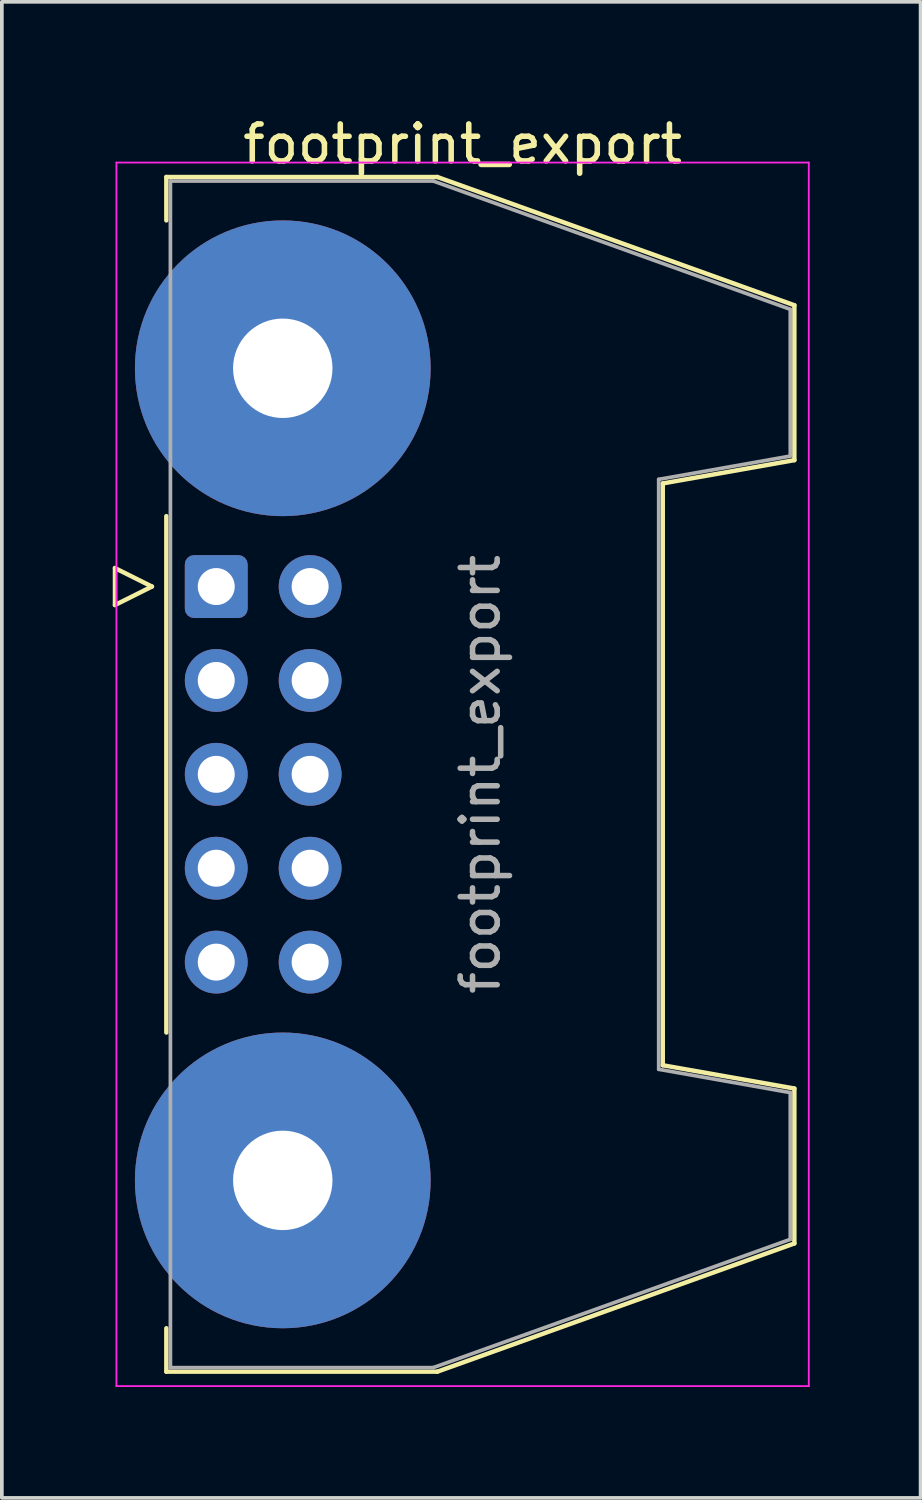
<source format=kicad_pcb>
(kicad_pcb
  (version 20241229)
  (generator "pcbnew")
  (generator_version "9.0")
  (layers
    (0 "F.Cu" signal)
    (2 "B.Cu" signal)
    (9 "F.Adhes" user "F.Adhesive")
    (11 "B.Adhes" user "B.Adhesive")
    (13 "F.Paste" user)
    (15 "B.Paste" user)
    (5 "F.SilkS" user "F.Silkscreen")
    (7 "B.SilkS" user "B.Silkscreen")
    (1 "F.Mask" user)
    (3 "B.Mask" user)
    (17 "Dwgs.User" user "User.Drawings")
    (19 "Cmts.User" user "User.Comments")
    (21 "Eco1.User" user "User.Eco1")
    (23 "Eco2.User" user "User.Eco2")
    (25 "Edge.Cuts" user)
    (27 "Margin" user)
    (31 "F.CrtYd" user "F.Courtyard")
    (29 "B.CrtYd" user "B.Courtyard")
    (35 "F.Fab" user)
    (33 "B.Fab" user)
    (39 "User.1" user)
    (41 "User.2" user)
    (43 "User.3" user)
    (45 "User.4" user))
  (footprint "footprint_export"
    (layer "F.Cu")
    (at 2.8 12.818)
    (property "Reference" "footprint_export" (at 6.665 -11.97 0) (layer "F.SilkS") (effects (font (size 1 1) (thickness 0.15))))
    (attr through_hole)
    (fp_line (start -2.74 -0.5) (end -2.74 0.5) (stroke (width 0.12) (type solid)) (layer "F.SilkS"))
    (fp_line (start -2.74 0.5) (end -1.74 0) (stroke (width 0.12) (type solid)) (layer "F.SilkS"))
    (fp_line (start -1.74 0) (end -2.74 -0.5) (stroke (width 0.12) (type solid)) (layer "F.SilkS"))
    (fp_line (start -1.35 -11.08) (end -1.35 -9.905) (stroke (width 0.12) (type solid)) (layer "F.SilkS"))
    (fp_line (start -1.35 -11.08) (end 5.98 -11.08) (stroke (width 0.12) (type solid)) (layer "F.SilkS"))
    (fp_line (start -1.35 -1.905) (end -1.35 12.065) (stroke (width 0.12) (type solid)) (layer "F.SilkS"))
    (fp_line (start -1.35 20.065) (end -1.35 21.24) (stroke (width 0.12) (type solid)) (layer "F.SilkS"))
    (fp_line (start 5.98 -11.08) (end 15.64 -7.61) (stroke (width 0.12) (type solid)) (layer "F.SilkS"))
    (fp_line (start 5.98 21.24) (end -1.35 21.24) (stroke (width 0.12) (type solid)) (layer "F.SilkS"))
    (fp_line (start 12.08 -2.79) (end 12.08 12.95) (stroke (width 0.12) (type solid)) (layer "F.SilkS"))
    (fp_line (start 12.08 12.95) (end 15.64 13.58) (stroke (width 0.12) (type solid)) (layer "F.SilkS"))
    (fp_line (start 15.64 -7.61) (end 15.64 -3.42) (stroke (width 0.12) (type solid)) (layer "F.SilkS"))
    (fp_line (start 15.64 -3.42) (end 12.08 -2.79) (stroke (width 0.12) (type solid)) (layer "F.SilkS"))
    (fp_line (start 15.64 13.58) (end 15.64 17.77) (stroke (width 0.12) (type solid)) (layer "F.SilkS"))
    (fp_line (start 15.64 17.77) (end 5.98 21.24) (stroke (width 0.12) (type solid)) (layer "F.SilkS"))
    (fp_line (start -2.7 -11.47) (end -2.7 21.63) (stroke (width 0.05) (type solid)) (layer "F.CrtYd"))
    (fp_line (start -2.7 21.63) (end 16.03 21.63) (stroke (width 0.05) (type solid)) (layer "F.CrtYd"))
    (fp_line (start 16.03 -11.47) (end -2.7 -11.47) (stroke (width 0.05) (type solid)) (layer "F.CrtYd"))
    (fp_line (start 16.03 21.63) (end 16.03 -11.47) (stroke (width 0.05) (type solid)) (layer "F.CrtYd"))
    (fp_line (start -1.24 -10.97) (end 5.87 -10.97) (stroke (width 0.1) (type solid)) (layer "F.Fab"))
    (fp_line (start -1.24 21.13) (end -1.24 -10.97) (stroke (width 0.1) (type solid)) (layer "F.Fab"))
    (fp_line (start 5.87 -10.97) (end 15.53 -7.5) (stroke (width 0.1) (type solid)) (layer "F.Fab"))
    (fp_line (start 5.87 21.13) (end -1.24 21.13) (stroke (width 0.1) (type solid)) (layer "F.Fab"))
    (fp_line (start 11.97 -2.9) (end 11.97 13.06) (stroke (width 0.1) (type solid)) (layer "F.Fab"))
    (fp_line (start 11.97 13.06) (end 15.53 13.69) (stroke (width 0.1) (type solid)) (layer "F.Fab"))
    (fp_line (start 15.53 -7.5) (end 15.53 -3.53) (stroke (width 0.1) (type solid)) (layer "F.Fab"))
    (fp_line (start 15.53 -3.53) (end 11.97 -2.9) (stroke (width 0.1) (type solid)) (layer "F.Fab"))
    (fp_line (start 15.53 13.69) (end 15.53 17.66) (stroke (width 0.1) (type solid)) (layer "F.Fab"))
    (fp_line (start 15.53 17.66) (end 5.87 21.13) (stroke (width 0.1) (type solid)) (layer "F.Fab"))
    (fp_text user "${REFERENCE}" (at 7.145 5.08 90) (layer "F.Fab") (effects (font (size 1 1) (thickness 0.15))))
    (pad "1" thru_hole roundrect (at 0 0) (size 1.7 1.7) (drill 1) (layers "*.Cu" "*.Mask") (roundrect_rratio 0.147))
    (pad "2" thru_hole circle (at 2.54 0) (size 1.7 1.7) (drill 1) (layers "*.Cu" "*.Mask"))
    (pad "3" thru_hole circle (at 0 2.54) (size 1.7 1.7) (drill 1) (layers "*.Cu" "*.Mask"))
    (pad "4" thru_hole circle (at 2.54 2.54) (size 1.7 1.7) (drill 1) (layers "*.Cu" "*.Mask"))
    (pad "5" thru_hole circle (at 0 5.08) (size 1.7 1.7) (drill 1) (layers "*.Cu" "*.Mask"))
    (pad "6" thru_hole circle (at 2.54 5.08) (size 1.7 1.7) (drill 1) (layers "*.Cu" "*.Mask"))
    (pad "7" thru_hole circle (at 0 7.62) (size 1.7 1.7) (drill 1) (layers "*.Cu" "*.Mask"))
    (pad "8" thru_hole circle (at 2.54 7.62) (size 1.7 1.7) (drill 1) (layers "*.Cu" "*.Mask"))
    (pad "9" thru_hole circle (at 0 10.16) (size 1.7 1.7) (drill 1) (layers "*.Cu" "*.Mask"))
    (pad "10" thru_hole circle (at 2.54 10.16) (size 1.7 1.7) (drill 1) (layers "*.Cu" "*.Mask"))
    (pad "MP" thru_hole circle (at 1.8 -5.905) (size 8 8) (drill 2.69) (layers "*.Cu" "*.Mask"))
    (pad "MP" thru_hole circle (at 1.8 16.065) (size 8 8) (drill 2.69) (layers "*.Cu" "*.Mask")))
  (gr_rect
    (start -3 -3)
    (end 21.855 37.473)
    (stroke (width 0.1) (type default))
    (fill no)
    (layer "Edge.Cuts")))
</source>
